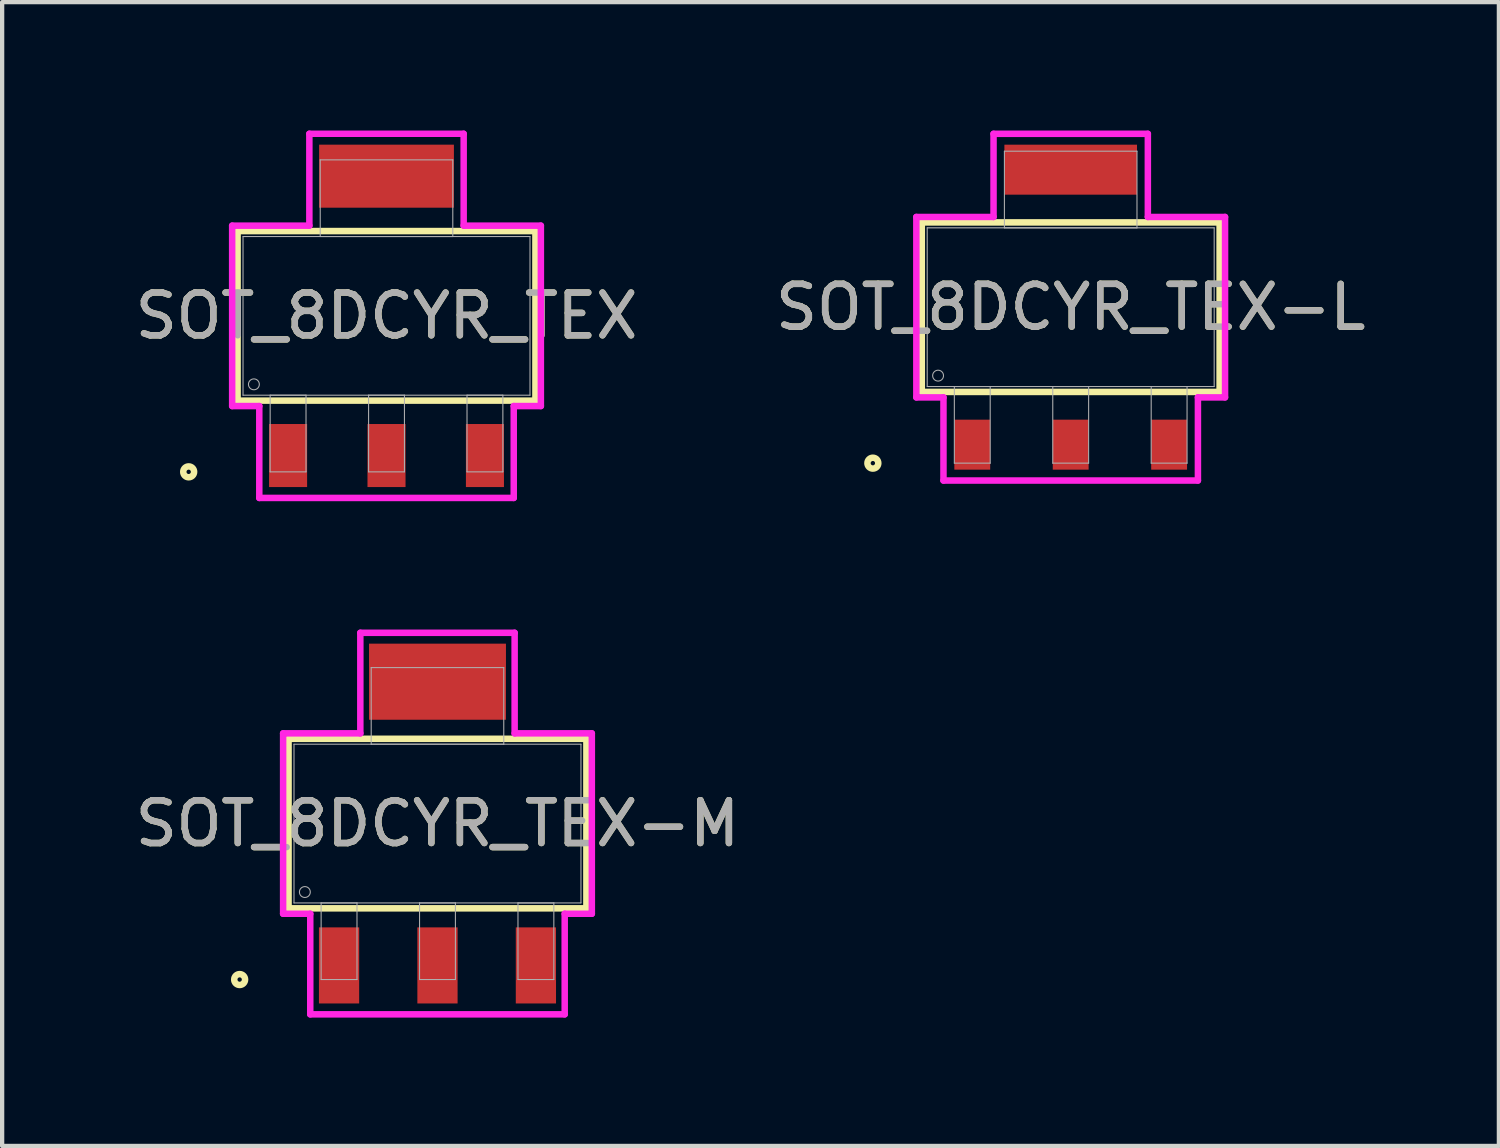
<source format=kicad_pcb>
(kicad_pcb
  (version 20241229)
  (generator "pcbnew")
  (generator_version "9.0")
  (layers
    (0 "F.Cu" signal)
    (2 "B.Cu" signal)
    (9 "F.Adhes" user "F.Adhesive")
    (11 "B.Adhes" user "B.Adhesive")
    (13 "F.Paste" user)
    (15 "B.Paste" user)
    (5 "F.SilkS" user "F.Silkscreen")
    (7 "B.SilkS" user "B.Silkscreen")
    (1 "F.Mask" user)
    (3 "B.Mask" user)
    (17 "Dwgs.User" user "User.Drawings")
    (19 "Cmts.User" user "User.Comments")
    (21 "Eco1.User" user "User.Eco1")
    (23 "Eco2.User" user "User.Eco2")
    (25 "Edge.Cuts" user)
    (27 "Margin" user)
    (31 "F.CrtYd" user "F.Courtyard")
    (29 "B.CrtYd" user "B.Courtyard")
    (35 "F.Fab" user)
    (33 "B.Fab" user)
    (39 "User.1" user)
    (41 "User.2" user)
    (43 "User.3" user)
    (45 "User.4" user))
  (footprint "SOT_8DCYR_TEX-L"
    (layer "F.Cu")
    (at 21.97 4.128)
    (property "Reference" "SOT_8DCYR_TEX-L" (at 0 0 0) (unlocked yes) (layer "F.SilkS") (effects (font (size 1 1) (thickness 0.15))))
    (attr smd)
    (fp_line (start -3.48 -1.981) (end -3.48 1.981) (stroke (width 0.152) (type solid)) (layer "F.SilkS"))
    (fp_line (start -3.48 1.981) (end 3.48 1.981) (stroke (width 0.152) (type solid)) (layer "F.SilkS"))
    (fp_line (start 3.48 -1.981) (end -3.48 -1.981) (stroke (width 0.152) (type solid)) (layer "F.SilkS"))
    (fp_line (start 3.48 1.981) (end 3.48 -1.981) (stroke (width 0.152) (type solid)) (layer "F.SilkS"))
    (fp_circle (center -4.623 3.645) (end -4.496 3.645) (stroke (width 0.152) (type solid)) (fill no) (layer "F.SilkS"))
    (fp_line (start -3.607 -2.108) (end -1.803 -2.108) (stroke (width 0.152) (type solid)) (layer "F.CrtYd"))
    (fp_line (start -3.607 2.108) (end -3.607 -2.108) (stroke (width 0.152) (type solid)) (layer "F.CrtYd"))
    (fp_line (start -2.973 2.108) (end -3.607 2.108) (stroke (width 0.152) (type solid)) (layer "F.CrtYd"))
    (fp_line (start -2.973 4.051) (end -2.973 2.108) (stroke (width 0.152) (type solid)) (layer "F.CrtYd"))
    (fp_line (start -1.803 -4.051) (end 1.803 -4.051) (stroke (width 0.152) (type solid)) (layer "F.CrtYd"))
    (fp_line (start -1.803 -2.108) (end -1.803 -4.051) (stroke (width 0.152) (type solid)) (layer "F.CrtYd"))
    (fp_line (start 1.803 -4.051) (end 1.803 -2.108) (stroke (width 0.152) (type solid)) (layer "F.CrtYd"))
    (fp_line (start 1.803 -2.108) (end 3.607 -2.108) (stroke (width 0.152) (type solid)) (layer "F.CrtYd"))
    (fp_line (start 2.973 2.108) (end 2.973 4.051) (stroke (width 0.152) (type solid)) (layer "F.CrtYd"))
    (fp_line (start 2.973 4.051) (end -2.973 4.051) (stroke (width 0.152) (type solid)) (layer "F.CrtYd"))
    (fp_line (start 3.607 -2.108) (end 3.607 2.108) (stroke (width 0.152) (type solid)) (layer "F.CrtYd"))
    (fp_line (start 3.607 2.108) (end 2.973 2.108) (stroke (width 0.152) (type solid)) (layer "F.CrtYd"))
    (fp_line (start -3.353 -1.854) (end -3.353 1.854) (stroke (width 0.025) (type solid)) (layer "F.Fab"))
    (fp_line (start -3.353 1.854) (end 3.353 1.854) (stroke (width 0.025) (type solid)) (layer "F.Fab"))
    (fp_line (start -2.719 1.854) (end -2.719 3.645) (stroke (width 0.025) (type solid)) (layer "F.Fab"))
    (fp_line (start -2.719 3.645) (end -1.881 3.645) (stroke (width 0.025) (type solid)) (layer "F.Fab"))
    (fp_line (start -1.881 1.854) (end -2.719 1.854) (stroke (width 0.025) (type solid)) (layer "F.Fab"))
    (fp_line (start -1.881 3.645) (end -1.881 1.854) (stroke (width 0.025) (type solid)) (layer "F.Fab"))
    (fp_line (start -1.549 -3.645) (end -1.549 -1.854) (stroke (width 0.025) (type solid)) (layer "F.Fab"))
    (fp_line (start -1.549 -1.854) (end 1.549 -1.854) (stroke (width 0.025) (type solid)) (layer "F.Fab"))
    (fp_line (start -0.419 1.854) (end -0.419 3.645) (stroke (width 0.025) (type solid)) (layer "F.Fab"))
    (fp_line (start -0.419 3.645) (end 0.419 3.645) (stroke (width 0.025) (type solid)) (layer "F.Fab"))
    (fp_line (start 0.419 1.854) (end -0.419 1.854) (stroke (width 0.025) (type solid)) (layer "F.Fab"))
    (fp_line (start 0.419 3.645) (end 0.419 1.854) (stroke (width 0.025) (type solid)) (layer "F.Fab"))
    (fp_line (start 1.549 -3.645) (end -1.549 -3.645) (stroke (width 0.025) (type solid)) (layer "F.Fab"))
    (fp_line (start 1.549 -1.854) (end 1.549 -3.645) (stroke (width 0.025) (type solid)) (layer "F.Fab"))
    (fp_line (start 1.881 1.854) (end 1.881 3.645) (stroke (width 0.025) (type solid)) (layer "F.Fab"))
    (fp_line (start 1.881 3.645) (end 2.719 3.645) (stroke (width 0.025) (type solid)) (layer "F.Fab"))
    (fp_line (start 2.719 1.854) (end 1.881 1.854) (stroke (width 0.025) (type solid)) (layer "F.Fab"))
    (fp_line (start 2.719 3.645) (end 2.719 1.854) (stroke (width 0.025) (type solid)) (layer "F.Fab"))
    (fp_line (start 3.353 -1.854) (end -3.353 -1.854) (stroke (width 0.025) (type solid)) (layer "F.Fab"))
    (fp_line (start 3.353 1.854) (end 3.353 -1.854) (stroke (width 0.025) (type solid)) (layer "F.Fab"))
    (fp_circle (center -3.099 1.6) (end -2.972 1.6) (stroke (width 0.025) (type solid)) (fill no) (layer "F.Fab"))
    (fp_text user "${REFERENCE}" (at 0 0 0) (unlocked yes) (layer "F.Fab") (effects (font (size 1 1) (thickness 0.15))))
    (pad "1" smd rect (at -2.3 3.213) (size 0.838 1.168) (layers "F.Cu" "F.Mask" "F.Paste"))
    (pad "2" smd rect (at 0 3.213) (size 0.838 1.168) (layers "F.Cu" "F.Mask" "F.Paste"))
    (pad "3" smd rect (at 2.3 3.213) (size 0.838 1.168) (layers "F.Cu" "F.Mask" "F.Paste"))
    (pad "4" smd rect (at 0 -3.213) (size 3.099 1.168) (layers "F.Cu" "F.Mask" "F.Paste")))
  (footprint "SOT_8DCYR_TEX-M"
    (layer "F.Cu")
    (at 7.173 16.195)
    (property "Reference" "SOT_8DCYR_TEX-M" (at 0 0 0) (unlocked yes) (layer "F.SilkS") (effects (font (size 1 1) (thickness 0.15))))
    (attr smd)
    (fp_line (start -3.48 -1.981) (end -3.48 1.981) (stroke (width 0.152) (type solid)) (layer "F.SilkS"))
    (fp_line (start -3.48 1.981) (end 3.48 1.981) (stroke (width 0.152) (type solid)) (layer "F.SilkS"))
    (fp_line (start 3.48 -1.981) (end -3.48 -1.981) (stroke (width 0.152) (type solid)) (layer "F.SilkS"))
    (fp_line (start 3.48 1.981) (end 3.48 -1.981) (stroke (width 0.152) (type solid)) (layer "F.SilkS"))
    (fp_circle (center -4.623 3.645) (end -4.496 3.645) (stroke (width 0.152) (type solid)) (fill no) (layer "F.SilkS"))
    (fp_line (start -3.607 -2.108) (end -1.803 -2.108) (stroke (width 0.152) (type solid)) (layer "F.CrtYd"))
    (fp_line (start -3.607 2.108) (end -3.607 -2.108) (stroke (width 0.152) (type solid)) (layer "F.CrtYd"))
    (fp_line (start -2.973 2.108) (end -3.607 2.108) (stroke (width 0.152) (type solid)) (layer "F.CrtYd"))
    (fp_line (start -2.973 4.458) (end -2.973 2.108) (stroke (width 0.152) (type solid)) (layer "F.CrtYd"))
    (fp_line (start -1.803 -4.458) (end 1.803 -4.458) (stroke (width 0.152) (type solid)) (layer "F.CrtYd"))
    (fp_line (start -1.803 -2.108) (end -1.803 -4.458) (stroke (width 0.152) (type solid)) (layer "F.CrtYd"))
    (fp_line (start 1.803 -4.458) (end 1.803 -2.108) (stroke (width 0.152) (type solid)) (layer "F.CrtYd"))
    (fp_line (start 1.803 -2.108) (end 3.607 -2.108) (stroke (width 0.152) (type solid)) (layer "F.CrtYd"))
    (fp_line (start 2.973 2.108) (end 2.973 4.458) (stroke (width 0.152) (type solid)) (layer "F.CrtYd"))
    (fp_line (start 2.973 4.458) (end -2.973 4.458) (stroke (width 0.152) (type solid)) (layer "F.CrtYd"))
    (fp_line (start 3.607 -2.108) (end 3.607 2.108) (stroke (width 0.152) (type solid)) (layer "F.CrtYd"))
    (fp_line (start 3.607 2.108) (end 2.973 2.108) (stroke (width 0.152) (type solid)) (layer "F.CrtYd"))
    (fp_line (start -3.353 -1.854) (end -3.353 1.854) (stroke (width 0.025) (type solid)) (layer "F.Fab"))
    (fp_line (start -3.353 1.854) (end 3.353 1.854) (stroke (width 0.025) (type solid)) (layer "F.Fab"))
    (fp_line (start -2.719 1.854) (end -2.719 3.645) (stroke (width 0.025) (type solid)) (layer "F.Fab"))
    (fp_line (start -2.719 3.645) (end -1.881 3.645) (stroke (width 0.025) (type solid)) (layer "F.Fab"))
    (fp_line (start -1.881 1.854) (end -2.719 1.854) (stroke (width 0.025) (type solid)) (layer "F.Fab"))
    (fp_line (start -1.881 3.645) (end -1.881 1.854) (stroke (width 0.025) (type solid)) (layer "F.Fab"))
    (fp_line (start -1.549 -3.645) (end -1.549 -1.854) (stroke (width 0.025) (type solid)) (layer "F.Fab"))
    (fp_line (start -1.549 -1.854) (end 1.549 -1.854) (stroke (width 0.025) (type solid)) (layer "F.Fab"))
    (fp_line (start -0.419 1.854) (end -0.419 3.645) (stroke (width 0.025) (type solid)) (layer "F.Fab"))
    (fp_line (start -0.419 3.645) (end 0.419 3.645) (stroke (width 0.025) (type solid)) (layer "F.Fab"))
    (fp_line (start 0.419 1.854) (end -0.419 1.854) (stroke (width 0.025) (type solid)) (layer "F.Fab"))
    (fp_line (start 0.419 3.645) (end 0.419 1.854) (stroke (width 0.025) (type solid)) (layer "F.Fab"))
    (fp_line (start 1.549 -3.645) (end -1.549 -3.645) (stroke (width 0.025) (type solid)) (layer "F.Fab"))
    (fp_line (start 1.549 -1.854) (end 1.549 -3.645) (stroke (width 0.025) (type solid)) (layer "F.Fab"))
    (fp_line (start 1.881 1.854) (end 1.881 3.645) (stroke (width 0.025) (type solid)) (layer "F.Fab"))
    (fp_line (start 1.881 3.645) (end 2.719 3.645) (stroke (width 0.025) (type solid)) (layer "F.Fab"))
    (fp_line (start 2.719 1.854) (end 1.881 1.854) (stroke (width 0.025) (type solid)) (layer "F.Fab"))
    (fp_line (start 2.719 3.645) (end 2.719 1.854) (stroke (width 0.025) (type solid)) (layer "F.Fab"))
    (fp_line (start 3.353 -1.854) (end -3.353 -1.854) (stroke (width 0.025) (type solid)) (layer "F.Fab"))
    (fp_line (start 3.353 1.854) (end 3.353 -1.854) (stroke (width 0.025) (type solid)) (layer "F.Fab"))
    (fp_circle (center -3.099 1.6) (end -2.972 1.6) (stroke (width 0.025) (type solid)) (fill no) (layer "F.Fab"))
    (fp_text user "${REFERENCE}" (at 0 0 0) (unlocked yes) (layer "F.Fab") (effects (font (size 1 1) (thickness 0.15))))
    (pad "1" smd rect (at -2.3 3.315) (size 0.94 1.778) (layers "F.Cu" "F.Mask" "F.Paste"))
    (pad "2" smd rect (at 0 3.315) (size 0.94 1.778) (layers "F.Cu" "F.Mask" "F.Paste"))
    (pad "3" smd rect (at 2.3 3.315) (size 0.94 1.778) (layers "F.Cu" "F.Mask" "F.Paste"))
    (pad "4" smd rect (at 0 -3.315) (size 3.2 1.778) (layers "F.Cu" "F.Mask" "F.Paste")))
  (footprint "SOT_8DCYR_TEX"
    (layer "F.Cu")
    (at 5.982 4.331)
    (property "Reference" "SOT_8DCYR_TEX" (at 0 0 0) (unlocked yes) (layer "F.SilkS") (effects (font (size 1 1) (thickness 0.15))))
    (attr smd)
    (fp_line (start -3.48 -1.981) (end -3.48 1.981) (stroke (width 0.152) (type solid)) (layer "F.SilkS"))
    (fp_line (start -3.48 1.981) (end 3.48 1.981) (stroke (width 0.152) (type solid)) (layer "F.SilkS"))
    (fp_line (start 3.48 -1.981) (end -3.48 -1.981) (stroke (width 0.152) (type solid)) (layer "F.SilkS"))
    (fp_line (start 3.48 1.981) (end 3.48 -1.981) (stroke (width 0.152) (type solid)) (layer "F.SilkS"))
    (fp_circle (center -4.623 3.645) (end -4.496 3.645) (stroke (width 0.152) (type solid)) (fill no) (layer "F.SilkS"))
    (fp_line (start -3.607 -2.108) (end -1.803 -2.108) (stroke (width 0.152) (type solid)) (layer "F.CrtYd"))
    (fp_line (start -3.607 2.108) (end -3.607 -2.108) (stroke (width 0.152) (type solid)) (layer "F.CrtYd"))
    (fp_line (start -2.973 2.108) (end -3.607 2.108) (stroke (width 0.152) (type solid)) (layer "F.CrtYd"))
    (fp_line (start -2.973 4.255) (end -2.973 2.108) (stroke (width 0.152) (type solid)) (layer "F.CrtYd"))
    (fp_line (start -1.803 -4.255) (end 1.803 -4.255) (stroke (width 0.152) (type solid)) (layer "F.CrtYd"))
    (fp_line (start -1.803 -2.108) (end -1.803 -4.255) (stroke (width 0.152) (type solid)) (layer "F.CrtYd"))
    (fp_line (start 1.803 -4.255) (end 1.803 -2.108) (stroke (width 0.152) (type solid)) (layer "F.CrtYd"))
    (fp_line (start 1.803 -2.108) (end 3.607 -2.108) (stroke (width 0.152) (type solid)) (layer "F.CrtYd"))
    (fp_line (start 2.973 2.108) (end 2.973 4.255) (stroke (width 0.152) (type solid)) (layer "F.CrtYd"))
    (fp_line (start 2.973 4.255) (end -2.973 4.255) (stroke (width 0.152) (type solid)) (layer "F.CrtYd"))
    (fp_line (start 3.607 -2.108) (end 3.607 2.108) (stroke (width 0.152) (type solid)) (layer "F.CrtYd"))
    (fp_line (start 3.607 2.108) (end 2.973 2.108) (stroke (width 0.152) (type solid)) (layer "F.CrtYd"))
    (fp_line (start -3.353 -1.854) (end -3.353 1.854) (stroke (width 0.025) (type solid)) (layer "F.Fab"))
    (fp_line (start -3.353 1.854) (end 3.353 1.854) (stroke (width 0.025) (type solid)) (layer "F.Fab"))
    (fp_line (start -2.719 1.854) (end -2.719 3.645) (stroke (width 0.025) (type solid)) (layer "F.Fab"))
    (fp_line (start -2.719 3.645) (end -1.881 3.645) (stroke (width 0.025) (type solid)) (layer "F.Fab"))
    (fp_line (start -1.881 1.854) (end -2.719 1.854) (stroke (width 0.025) (type solid)) (layer "F.Fab"))
    (fp_line (start -1.881 3.645) (end -1.881 1.854) (stroke (width 0.025) (type solid)) (layer "F.Fab"))
    (fp_line (start -1.549 -3.645) (end -1.549 -1.854) (stroke (width 0.025) (type solid)) (layer "F.Fab"))
    (fp_line (start -1.549 -1.854) (end 1.549 -1.854) (stroke (width 0.025) (type solid)) (layer "F.Fab"))
    (fp_line (start -0.419 1.854) (end -0.419 3.645) (stroke (width 0.025) (type solid)) (layer "F.Fab"))
    (fp_line (start -0.419 3.645) (end 0.419 3.645) (stroke (width 0.025) (type solid)) (layer "F.Fab"))
    (fp_line (start 0.419 1.854) (end -0.419 1.854) (stroke (width 0.025) (type solid)) (layer "F.Fab"))
    (fp_line (start 0.419 3.645) (end 0.419 1.854) (stroke (width 0.025) (type solid)) (layer "F.Fab"))
    (fp_line (start 1.549 -3.645) (end -1.549 -3.645) (stroke (width 0.025) (type solid)) (layer "F.Fab"))
    (fp_line (start 1.549 -1.854) (end 1.549 -3.645) (stroke (width 0.025) (type solid)) (layer "F.Fab"))
    (fp_line (start 1.881 1.854) (end 1.881 3.645) (stroke (width 0.025) (type solid)) (layer "F.Fab"))
    (fp_line (start 1.881 3.645) (end 2.719 3.645) (stroke (width 0.025) (type solid)) (layer "F.Fab"))
    (fp_line (start 2.719 1.854) (end 1.881 1.854) (stroke (width 0.025) (type solid)) (layer "F.Fab"))
    (fp_line (start 2.719 3.645) (end 2.719 1.854) (stroke (width 0.025) (type solid)) (layer "F.Fab"))
    (fp_line (start 3.353 -1.854) (end -3.353 -1.854) (stroke (width 0.025) (type solid)) (layer "F.Fab"))
    (fp_line (start 3.353 1.854) (end 3.353 -1.854) (stroke (width 0.025) (type solid)) (layer "F.Fab"))
    (fp_circle (center -3.099 1.6) (end -2.972 1.6) (stroke (width 0.025) (type solid)) (fill no) (layer "F.Fab"))
    (fp_text user "${REFERENCE}" (at 0 0 0) (unlocked yes) (layer "F.Fab") (effects (font (size 1 1) (thickness 0.15))))
    (pad "1" smd rect (at -2.3 3.264) (size 0.889 1.473) (layers "F.Cu" "F.Mask" "F.Paste"))
    (pad "2" smd rect (at 0 3.264) (size 0.889 1.473) (layers "F.Cu" "F.Mask" "F.Paste"))
    (pad "3" smd rect (at 2.3 3.264) (size 0.889 1.473) (layers "F.Cu" "F.Mask" "F.Paste"))
    (pad "4" smd rect (at 0 -3.264) (size 3.15 1.473) (layers "F.Cu" "F.Mask" "F.Paste")))
  (gr_rect
    (start -3 -3)
    (end 31.976 23.729)
    (stroke (width 0.1) (type default))
    (fill no)
    (layer "Edge.Cuts")))
</source>
